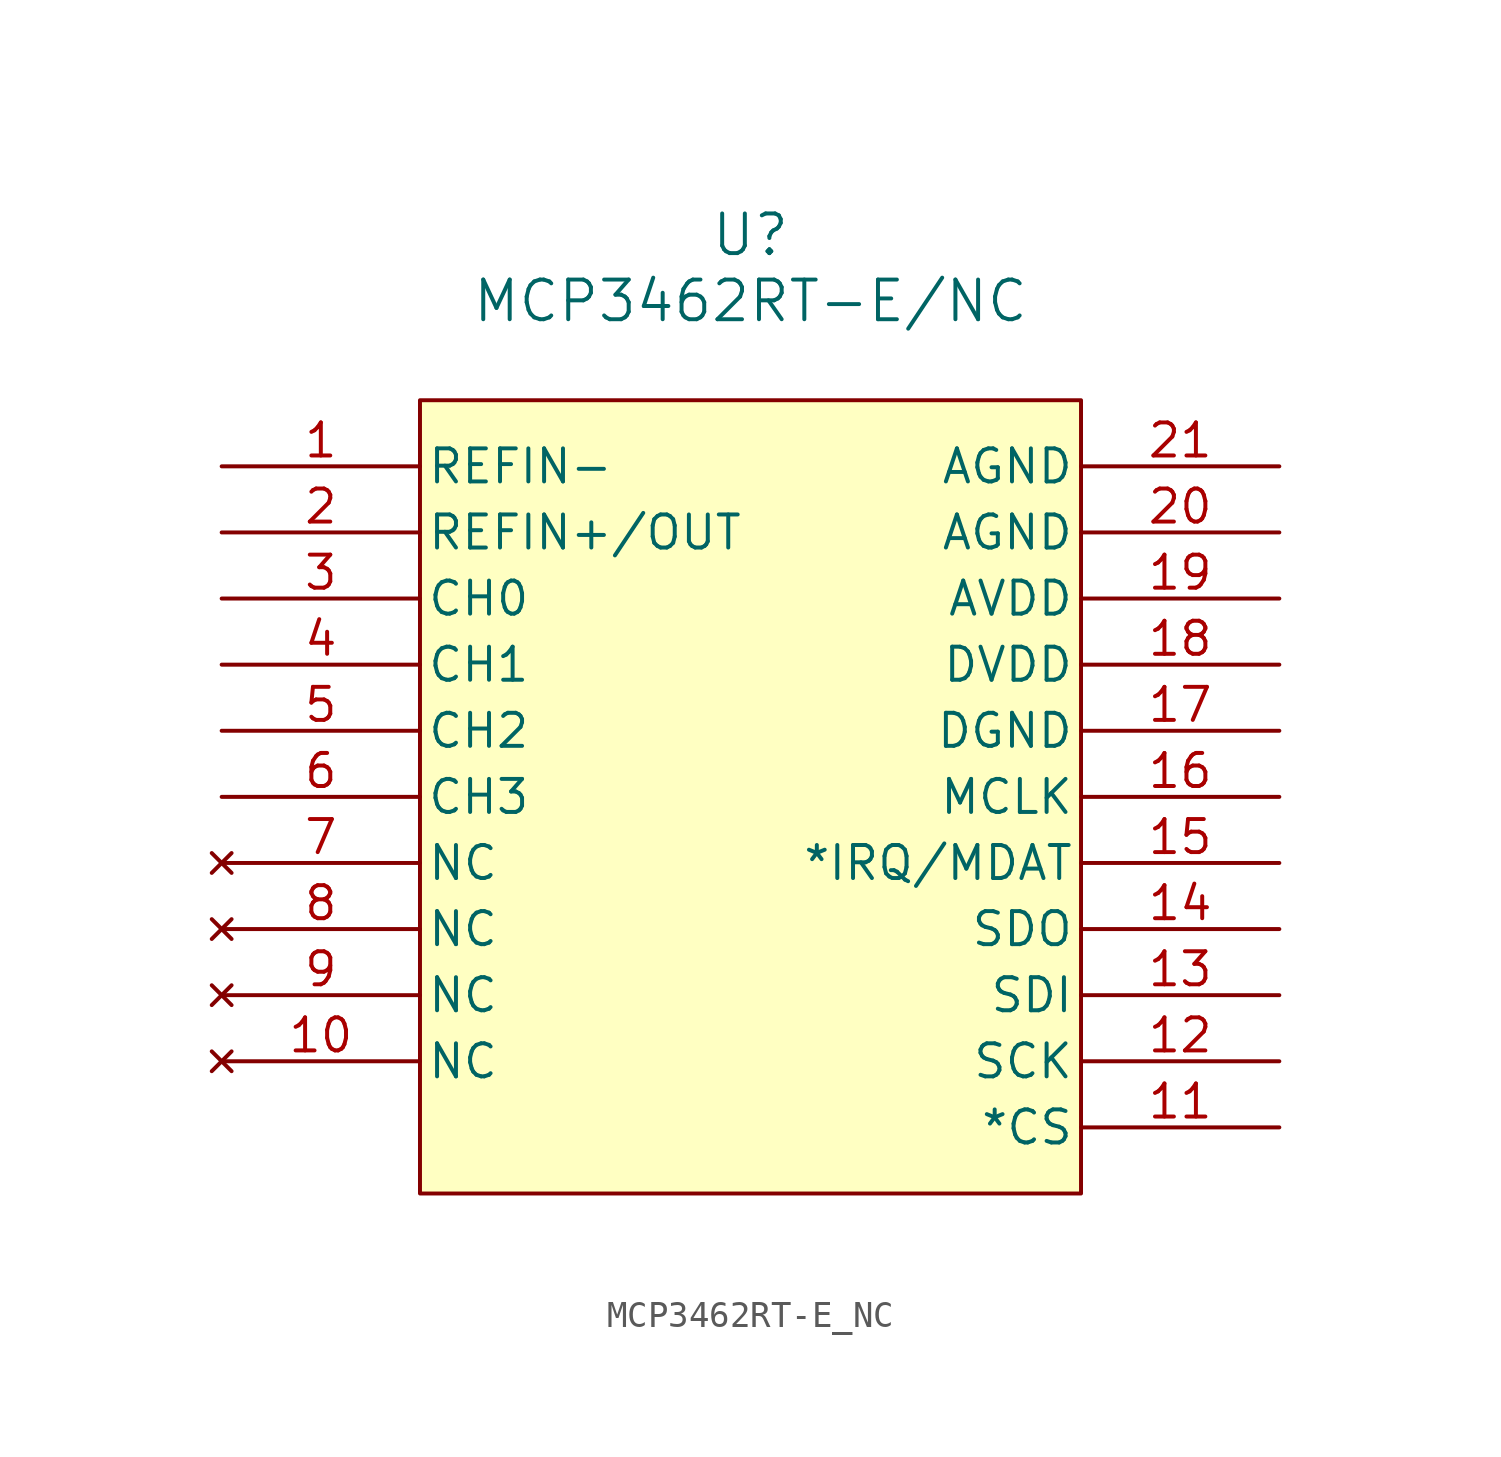
<source format=kicad_sym>
(kicad_symbol_lib
  (version 20220914)
  (generator kicad_symbol_editor)
  (symbol "MCP3462RT-E_NC"
    (pin_names
      (offset 0.254))
    (property "Reference" "U"
      (at 33.02 8.89 0)
      (effects (font (size 1.524 1.524))))
    (property "Value" "MCP3462RT-E/NC"
      (at 33.02 6.35 0)
      (effects (font (size 1.524 1.524))))
    (property "ki_locked" ""
      (at 0 0 0)
      (effects (font (size 1.27 1.27))))
    (symbol "MCP3462RT-E_NC_0_1"
      (pin input line (at 12.7 0 0) (length 7.62) (name "REFIN-" (effects (font (size 1.27 1.27)))) (number "1" (effects (font (size 1.27 1.27)))))
      (pin no_connect line (at 12.7 -22.86 0) (length 7.62) (name "NC" (effects (font (size 1.27 1.27)))) (number "10" (effects (font (size 1.27 1.27)))))
      (pin input line (at 53.34 -25.4 180) (length 7.62) (name "*CS" (effects (font (size 1.27 1.27)))) (number "11" (effects (font (size 1.27 1.27)))))
      (pin input line (at 53.34 -22.86 180) (length 7.62) (name "SCK" (effects (font (size 1.27 1.27)))) (number "12" (effects (font (size 1.27 1.27)))))
      (pin input line (at 53.34 -20.32 180) (length 7.62) (name "SDI" (effects (font (size 1.27 1.27)))) (number "13" (effects (font (size 1.27 1.27)))))
      (pin output line (at 53.34 -17.78 180) (length 7.62) (name "SDO" (effects (font (size 1.27 1.27)))) (number "14" (effects (font (size 1.27 1.27)))))
      (pin output line (at 53.34 -15.24 180) (length 7.62) (name "*IRQ/MDAT" (effects (font (size 1.27 1.27)))) (number "15" (effects (font (size 1.27 1.27)))))
      (pin input line (at 53.34 -12.7 180) (length 7.62) (name "MCLK" (effects (font (size 1.27 1.27)))) (number "16" (effects (font (size 1.27 1.27)))))
      (pin power_out line (at 53.34 -10.16 180) (length 7.62) (name "DGND" (effects (font (size 1.27 1.27)))) (number "17" (effects (font (size 1.27 1.27)))))
      (pin power_in line (at 53.34 -7.62 180) (length 7.62) (name "DVDD" (effects (font (size 1.27 1.27)))) (number "18" (effects (font (size 1.27 1.27)))))
      (pin power_in line (at 53.34 -5.08 180) (length 7.62) (name "AVDD" (effects (font (size 1.27 1.27)))) (number "19" (effects (font (size 1.27 1.27)))))
      (pin bidirectional line (at 12.7 -2.54 0) (length 7.62) (name "REFIN+/OUT" (effects (font (size 1.27 1.27)))) (number "2" (effects (font (size 1.27 1.27)))))
      (pin power_out line (at 53.34 -2.54 180) (length 7.62) (name "AGND" (effects (font (size 1.27 1.27)))) (number "20" (effects (font (size 1.27 1.27)))))
      (pin power_out line (at 53.34 0 180) (length 7.62) (name "AGND" (effects (font (size 1.27 1.27)))) (number "21" (effects (font (size 1.27 1.27)))))
      (pin unspecified line (at 12.7 -5.08 0) (length 7.62) (name "CH0" (effects (font (size 1.27 1.27)))) (number "3" (effects (font (size 1.27 1.27)))))
      (pin unspecified line (at 12.7 -7.62 0) (length 7.62) (name "CH1" (effects (font (size 1.27 1.27)))) (number "4" (effects (font (size 1.27 1.27)))))
      (pin unspecified line (at 12.7 -10.16 0) (length 7.62) (name "CH2" (effects (font (size 1.27 1.27)))) (number "5" (effects (font (size 1.27 1.27)))))
      (pin unspecified line (at 12.7 -12.7 0) (length 7.62) (name "CH3" (effects (font (size 1.27 1.27)))) (number "6" (effects (font (size 1.27 1.27)))))
      (pin no_connect line (at 12.7 -15.24 0) (length 7.62) (name "NC" (effects (font (size 1.27 1.27)))) (number "7" (effects (font (size 1.27 1.27)))))
      (pin no_connect line (at 12.7 -17.78 0) (length 7.62) (name "NC" (effects (font (size 1.27 1.27)))) (number "8" (effects (font (size 1.27 1.27)))))
      (pin no_connect line (at 12.7 -20.32 0) (length 7.62) (name "NC" (effects (font (size 1.27 1.27)))) (number "9" (effects (font (size 1.27 1.27))))))
    (symbol "MCP3462RT-E_NC_1_1"
      (rectangle (start 20.32 2.54) (end 45.72 -27.94) (stroke (width 0) (type default)) (fill (type background))))))
</source>
